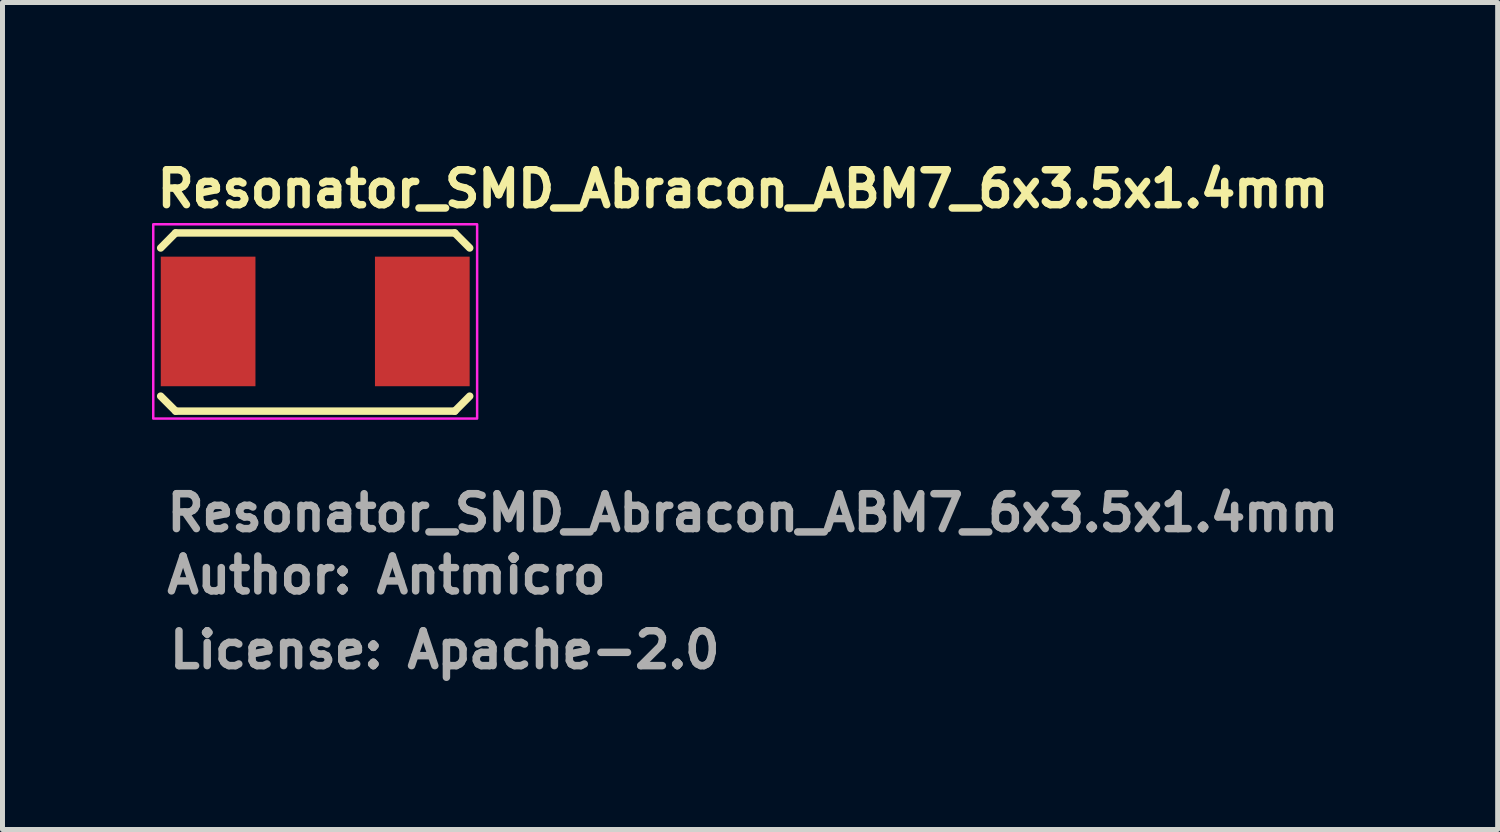
<source format=kicad_pcb>
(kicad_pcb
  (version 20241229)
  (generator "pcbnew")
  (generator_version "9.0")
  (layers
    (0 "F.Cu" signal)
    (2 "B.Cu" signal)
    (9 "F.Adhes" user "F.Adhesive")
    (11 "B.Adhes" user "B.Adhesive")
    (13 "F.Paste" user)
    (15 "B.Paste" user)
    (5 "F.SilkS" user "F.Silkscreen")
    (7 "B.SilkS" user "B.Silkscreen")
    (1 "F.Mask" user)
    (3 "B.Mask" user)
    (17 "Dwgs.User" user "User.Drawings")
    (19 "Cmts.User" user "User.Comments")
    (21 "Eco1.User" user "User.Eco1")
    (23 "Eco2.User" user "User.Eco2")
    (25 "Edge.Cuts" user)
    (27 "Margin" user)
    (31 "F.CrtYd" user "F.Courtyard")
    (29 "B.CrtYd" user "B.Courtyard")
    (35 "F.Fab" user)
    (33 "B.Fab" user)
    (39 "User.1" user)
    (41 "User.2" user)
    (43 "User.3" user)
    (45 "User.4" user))
  (footprint "Resonator_SMD_Abracon_ABM7_6x3.5x1.4mm"
    (layer "F.Cu")
    (at 3.276 3.4)
    (property "Reference" "Resonator_SMD_Abracon_ABM7_6x3.5x1.4mm" (at -3.25 -2.25 0) (layer "F.SilkS") (effects (font (size 0.7 0.7) (thickness 0.15)) (justify left bottom)))
    (attr smd)
    (fp_line (start -3.102 -1.474) (end -2.803 -1.776) (stroke (width 0.15) (type solid)) (layer "F.SilkS"))
    (fp_line (start -3.102 1.499) (end -2.801 1.8) (stroke (width 0.15) (type solid)) (layer "F.SilkS"))
    (fp_line (start -2.803 -1.776) (end 2.798 -1.776) (stroke (width 0.15) (type solid)) (layer "F.SilkS"))
    (fp_line (start 2.8 1.8) (end -2.801 1.8) (stroke (width 0.15) (type solid)) (layer "F.SilkS"))
    (fp_line (start 3.099 -1.474) (end 2.798 -1.776) (stroke (width 0.15) (type solid)) (layer "F.SilkS"))
    (fp_line (start 3.099 1.499) (end 2.8 1.8) (stroke (width 0.15) (type solid)) (layer "F.SilkS"))
    (fp_rect (start -3.251 -1.95) (end 3.248 1.949) (stroke (width 0.05) (type solid)) (fill no) (layer "F.CrtYd"))
    (fp_rect (start -3.051 -1.75) (end 3.048 1.749) (stroke (width 0.1) (type solid)) (fill no) (layer "User.5"))
    (fp_line (start -3.051 -1.5) (end -2.801 -1.75) (stroke (width 0.02) (type solid)) (layer "User.9"))
    (fp_line (start -3.051 -0.402) (end -3.051 -1.5) (stroke (width 0.02) (type solid)) (layer "User.9"))
    (fp_line (start -3.051 0.4) (end -2.75 0.4) (stroke (width 0.02) (type solid)) (layer "User.9"))
    (fp_line (start -3.051 1.499) (end -3.051 0.4) (stroke (width 0.02) (type solid)) (layer "User.9"))
    (fp_line (start -3 -0.332) (end -3 -0.402) (stroke (width 0.02) (type solid)) (layer "User.9"))
    (fp_line (start -3 0.33) (end -3 0.4) (stroke (width 0.02) (type solid)) (layer "User.9"))
    (fp_line (start -2.9 -0.332) (end -3 -0.332) (stroke (width 0.02) (type solid)) (layer "User.9"))
    (fp_line (start -2.9 0.33) (end -3 0.33) (stroke (width 0.02) (type solid)) (layer "User.9"))
    (fp_line (start -2.9 0.33) (end -2.896 0.329) (stroke (width 0.02) (type solid)) (layer "User.9"))
    (fp_line (start -2.896 -0.331) (end -2.9 -0.332) (stroke (width 0.02) (type solid)) (layer "User.9"))
    (fp_line (start -2.896 0.329) (end -2.891 0.329) (stroke (width 0.02) (type solid)) (layer "User.9"))
    (fp_line (start -2.891 -0.331) (end -2.896 -0.331) (stroke (width 0.02) (type solid)) (layer "User.9"))
    (fp_line (start -2.891 0.329) (end -2.887 0.328) (stroke (width 0.02) (type solid)) (layer "User.9"))
    (fp_line (start -2.887 -0.33) (end -2.891 -0.331) (stroke (width 0.02) (type solid)) (layer "User.9"))
    (fp_line (start -2.887 0.328) (end -2.882 0.328) (stroke (width 0.02) (type solid)) (layer "User.9"))
    (fp_line (start -2.882 -0.33) (end -2.887 -0.33) (stroke (width 0.02) (type solid)) (layer "User.9"))
    (fp_line (start -2.882 0.328) (end -2.876 0.326) (stroke (width 0.02) (type solid)) (layer "User.9"))
    (fp_line (start -2.876 -0.328) (end -2.882 -0.33) (stroke (width 0.02) (type solid)) (layer "User.9"))
    (fp_line (start -2.876 0.326) (end -2.871 0.325) (stroke (width 0.02) (type solid)) (layer "User.9"))
    (fp_line (start -2.871 -0.327) (end -2.876 -0.328) (stroke (width 0.02) (type solid)) (layer "User.9"))
    (fp_line (start -2.871 0.325) (end -2.867 0.324) (stroke (width 0.02) (type solid)) (layer "User.9"))
    (fp_line (start -2.867 -0.326) (end -2.871 -0.327) (stroke (width 0.02) (type solid)) (layer "User.9"))
    (fp_line (start -2.867 0.324) (end -2.863 0.322) (stroke (width 0.02) (type solid)) (layer "User.9"))
    (fp_line (start -2.863 -0.324) (end -2.867 -0.326) (stroke (width 0.02) (type solid)) (layer "User.9"))
    (fp_line (start -2.863 0.322) (end -2.859 0.32) (stroke (width 0.02) (type solid)) (layer "User.9"))
    (fp_line (start -2.859 -0.322) (end -2.863 -0.324) (stroke (width 0.02) (type solid)) (layer "User.9"))
    (fp_line (start -2.859 0.32) (end -2.854 0.317) (stroke (width 0.02) (type solid)) (layer "User.9"))
    (fp_line (start -2.854 -0.319) (end -2.859 -0.322) (stroke (width 0.02) (type solid)) (layer "User.9"))
    (fp_line (start -2.854 0.317) (end -2.85 0.314) (stroke (width 0.02) (type solid)) (layer "User.9"))
    (fp_line (start -2.85 -0.316) (end -2.854 -0.319) (stroke (width 0.02) (type solid)) (layer "User.9"))
    (fp_line (start -2.85 0.314) (end -2.846 0.312) (stroke (width 0.02) (type solid)) (layer "User.9"))
    (fp_line (start -2.846 -0.314) (end -2.85 -0.316) (stroke (width 0.02) (type solid)) (layer "User.9"))
    (fp_line (start -2.846 0.312) (end -2.842 0.309) (stroke (width 0.02) (type solid)) (layer "User.9"))
    (fp_line (start -2.842 -0.311) (end -2.846 -0.314) (stroke (width 0.02) (type solid)) (layer "User.9"))
    (fp_line (start -2.842 0.309) (end -2.838 0.306) (stroke (width 0.02) (type solid)) (layer "User.9"))
    (fp_line (start -2.838 -0.308) (end -2.842 -0.311) (stroke (width 0.02) (type solid)) (layer "User.9"))
    (fp_line (start -2.838 0.306) (end -2.834 0.303) (stroke (width 0.02) (type solid)) (layer "User.9"))
    (fp_line (start -2.834 -0.305) (end -2.838 -0.308) (stroke (width 0.02) (type solid)) (layer "User.9"))
    (fp_line (start -2.834 0.303) (end -2.831 0.299) (stroke (width 0.02) (type solid)) (layer "User.9"))
    (fp_line (start -2.831 -0.301) (end -2.834 -0.305) (stroke (width 0.02) (type solid)) (layer "User.9"))
    (fp_line (start -2.831 -0.301) (end -2.831 -0.301) (stroke (width 0.02) (type solid)) (layer "User.9"))
    (fp_line (start -2.831 0.299) (end -2.831 0.299) (stroke (width 0.02) (type solid)) (layer "User.9"))
    (fp_line (start -2.831 0.299) (end -2.827 0.296) (stroke (width 0.02) (type solid)) (layer "User.9"))
    (fp_line (start -2.827 -0.298) (end -2.831 -0.301) (stroke (width 0.02) (type solid)) (layer "User.9"))
    (fp_line (start -2.827 0.296) (end -2.823 0.292) (stroke (width 0.02) (type solid)) (layer "User.9"))
    (fp_line (start -2.823 -0.294) (end -2.827 -0.298) (stroke (width 0.02) (type solid)) (layer "User.9"))
    (fp_line (start -2.823 0.292) (end -2.82 0.288) (stroke (width 0.02) (type solid)) (layer "User.9"))
    (fp_line (start -2.82 -0.29) (end -2.823 -0.294) (stroke (width 0.02) (type solid)) (layer "User.9"))
    (fp_line (start -2.82 0.288) (end -2.818 0.285) (stroke (width 0.02) (type solid)) (layer "User.9"))
    (fp_line (start -2.818 -0.287) (end -2.82 -0.29) (stroke (width 0.02) (type solid)) (layer "User.9"))
    (fp_line (start -2.818 0.285) (end -2.815 0.281) (stroke (width 0.02) (type solid)) (layer "User.9"))
    (fp_line (start -2.815 -0.283) (end -2.818 -0.287) (stroke (width 0.02) (type solid)) (layer "User.9"))
    (fp_line (start -2.815 0.281) (end -2.813 0.277) (stroke (width 0.02) (type solid)) (layer "User.9"))
    (fp_line (start -2.813 -0.279) (end -2.815 -0.283) (stroke (width 0.02) (type solid)) (layer "User.9"))
    (fp_line (start -2.813 0.277) (end -2.81 0.272) (stroke (width 0.02) (type solid)) (layer "User.9"))
    (fp_line (start -2.81 -0.274) (end -2.813 -0.279) (stroke (width 0.02) (type solid)) (layer "User.9"))
    (fp_line (start -2.81 0.272) (end -2.809 0.268) (stroke (width 0.02) (type solid)) (layer "User.9"))
    (fp_line (start -2.809 -0.27) (end -2.81 -0.274) (stroke (width 0.02) (type solid)) (layer "User.9"))
    (fp_line (start -2.809 0.268) (end -2.806 0.263) (stroke (width 0.02) (type solid)) (layer "User.9"))
    (fp_line (start -2.806 -0.265) (end -2.809 -0.27) (stroke (width 0.02) (type solid)) (layer "User.9"))
    (fp_line (start -2.806 -0.261) (end -2.806 -0.265) (stroke (width 0.02) (type solid)) (layer "User.9"))
    (fp_line (start -2.806 0.259) (end -2.805 0.253) (stroke (width 0.02) (type solid)) (layer "User.9"))
    (fp_line (start -2.806 0.263) (end -2.806 0.259) (stroke (width 0.02) (type solid)) (layer "User.9"))
    (fp_line (start -2.805 -0.255) (end -2.806 -0.261) (stroke (width 0.02) (type solid)) (layer "User.9"))
    (fp_line (start -2.805 0.253) (end -2.802 0.248) (stroke (width 0.02) (type solid)) (layer "User.9"))
    (fp_line (start -2.802 -0.25) (end -2.805 -0.255) (stroke (width 0.02) (type solid)) (layer "User.9"))
    (fp_line (start -2.802 -0.245) (end -2.802 -0.25) (stroke (width 0.02) (type solid)) (layer "User.9"))
    (fp_line (start -2.802 -0.24) (end -2.802 -0.245) (stroke (width 0.02) (type solid)) (layer "User.9"))
    (fp_line (start -2.802 -0.236) (end -2.802 -0.24) (stroke (width 0.02) (type solid)) (layer "User.9"))
    (fp_line (start -2.802 0.234) (end -2.801 0.23) (stroke (width 0.02) (type solid)) (layer "User.9"))
    (fp_line (start -2.802 0.239) (end -2.802 0.234) (stroke (width 0.02) (type solid)) (layer "User.9"))
    (fp_line (start -2.802 0.243) (end -2.802 0.239) (stroke (width 0.02) (type solid)) (layer "User.9"))
    (fp_line (start -2.802 0.248) (end -2.802 0.243) (stroke (width 0.02) (type solid)) (layer "User.9"))
    (fp_line (start -2.801 -1.75) (end 2.798 -1.75) (stroke (width 0.02) (type solid)) (layer "User.9"))
    (fp_line (start -2.801 -0.232) (end -2.802 -0.236) (stroke (width 0.02) (type solid)) (layer "User.9"))
    (fp_line (start -2.801 0.23) (end -2.801 -0.232) (stroke (width 0.02) (type solid)) (layer "User.9"))
    (fp_line (start -2.801 1.749) (end -3.051 1.499) (stroke (width 0.02) (type solid)) (layer "User.9"))
    (fp_line (start -2.75 -0.402) (end -3.051 -0.402) (stroke (width 0.02) (type solid)) (layer "User.9"))
    (fp_line (start -2.75 0.4) (end -2.75 -0.402) (stroke (width 0.02) (type solid)) (layer "User.9"))
    (fp_line (start -2.702 -1.25) (end -2.701 -1.264) (stroke (width 0.02) (type solid)) (layer "User.9"))
    (fp_line (start -2.702 1.249) (end -2.702 -1.25) (stroke (width 0.02) (type solid)) (layer "User.9"))
    (fp_line (start -2.701 -1.264) (end -2.699 -1.276) (stroke (width 0.02) (type solid)) (layer "User.9"))
    (fp_line (start -2.701 1.261) (end -2.702 1.249) (stroke (width 0.02) (type solid)) (layer "User.9"))
    (fp_line (start -2.699 -1.276) (end -2.698 -1.287) (stroke (width 0.02) (type solid)) (layer "User.9"))
    (fp_line (start -2.699 1.273) (end -2.701 1.261) (stroke (width 0.02) (type solid)) (layer "User.9"))
    (fp_line (start -2.698 -1.287) (end -2.697 -1.299) (stroke (width 0.02) (type solid)) (layer "User.9"))
    (fp_line (start -2.698 1.286) (end -2.699 1.273) (stroke (width 0.02) (type solid)) (layer "User.9"))
    (fp_line (start -2.697 -1.299) (end -2.694 -1.311) (stroke (width 0.02) (type solid)) (layer "User.9"))
    (fp_line (start -2.697 1.298) (end -2.698 1.286) (stroke (width 0.02) (type solid)) (layer "User.9"))
    (fp_line (start -2.694 -1.311) (end -2.69 -1.323) (stroke (width 0.02) (type solid)) (layer "User.9"))
    (fp_line (start -2.694 1.31) (end -2.697 1.298) (stroke (width 0.02) (type solid)) (layer "User.9"))
    (fp_line (start -2.69 -1.323) (end -2.686 -1.335) (stroke (width 0.02) (type solid)) (layer "User.9"))
    (fp_line (start -2.69 1.322) (end -2.694 1.31) (stroke (width 0.02) (type solid)) (layer "User.9"))
    (fp_line (start -2.686 -1.335) (end -2.681 -1.347) (stroke (width 0.02) (type solid)) (layer "User.9"))
    (fp_line (start -2.686 1.334) (end -2.69 1.322) (stroke (width 0.02) (type solid)) (layer "User.9"))
    (fp_line (start -2.681 -1.347) (end -2.677 -1.357) (stroke (width 0.02) (type solid)) (layer "User.9"))
    (fp_line (start -2.681 1.344) (end -2.686 1.334) (stroke (width 0.02) (type solid)) (layer "User.9"))
    (fp_line (start -2.677 -1.357) (end -2.672 -1.369) (stroke (width 0.02) (type solid)) (layer "User.9"))
    (fp_line (start -2.677 1.356) (end -2.681 1.344) (stroke (width 0.02) (type solid)) (layer "User.9"))
    (fp_line (start -2.672 -1.369) (end -2.665 -1.379) (stroke (width 0.02) (type solid)) (layer "User.9"))
    (fp_line (start -2.672 1.366) (end -2.677 1.356) (stroke (width 0.02) (type solid)) (layer "User.9"))
    (fp_line (start -2.665 -1.379) (end -2.658 -1.389) (stroke (width 0.02) (type solid)) (layer "User.9"))
    (fp_line (start -2.665 1.378) (end -2.672 1.366) (stroke (width 0.02) (type solid)) (layer "User.9"))
    (fp_line (start -2.658 -1.389) (end -2.652 -1.399) (stroke (width 0.02) (type solid)) (layer "User.9"))
    (fp_line (start -2.658 1.388) (end -2.665 1.378) (stroke (width 0.02) (type solid)) (layer "User.9"))
    (fp_line (start -2.652 -1.399) (end -2.645 -1.41) (stroke (width 0.02) (type solid)) (layer "User.9"))
    (fp_line (start -2.652 1.398) (end -2.658 1.388) (stroke (width 0.02) (type solid)) (layer "User.9"))
    (fp_line (start -2.645 -1.41) (end -2.637 -1.418) (stroke (width 0.02) (type solid)) (layer "User.9"))
    (fp_line (start -2.645 1.407) (end -2.652 1.398) (stroke (width 0.02) (type solid)) (layer "User.9"))
    (fp_line (start -2.637 -1.418) (end -2.628 -1.428) (stroke (width 0.02) (type solid)) (layer "User.9"))
    (fp_line (start -2.637 1.417) (end -2.645 1.407) (stroke (width 0.02) (type solid)) (layer "User.9"))
    (fp_line (start -2.628 -1.428) (end -2.628 -1.428) (stroke (width 0.02) (type solid)) (layer "User.9"))
    (fp_line (start -2.628 -1.428) (end -2.618 -1.436) (stroke (width 0.02) (type solid)) (layer "User.9"))
    (fp_line (start -2.628 1.425) (end -2.637 1.417) (stroke (width 0.02) (type solid)) (layer "User.9"))
    (fp_line (start -2.628 1.425) (end -2.628 1.425) (stroke (width 0.02) (type solid)) (layer "User.9"))
    (fp_line (start -2.618 -1.436) (end -2.609 -1.444) (stroke (width 0.02) (type solid)) (layer "User.9"))
    (fp_line (start -2.618 1.435) (end -2.628 1.425) (stroke (width 0.02) (type solid)) (layer "User.9"))
    (fp_line (start -2.609 -1.444) (end -2.6 -1.452) (stroke (width 0.02) (type solid)) (layer "User.9"))
    (fp_line (start -2.609 1.443) (end -2.618 1.435) (stroke (width 0.02) (type solid)) (layer "User.9"))
    (fp_line (start -2.6 -1.452) (end -2.589 -1.458) (stroke (width 0.02) (type solid)) (layer "User.9"))
    (fp_line (start -2.6 1.449) (end -2.609 1.443) (stroke (width 0.02) (type solid)) (layer "User.9"))
    (fp_line (start -2.589 -1.458) (end -2.58 -1.466) (stroke (width 0.02) (type solid)) (layer "User.9"))
    (fp_line (start -2.589 1.457) (end -2.6 1.449) (stroke (width 0.02) (type solid)) (layer "User.9"))
    (fp_line (start -2.58 -1.466) (end -2.569 -1.472) (stroke (width 0.02) (type solid)) (layer "User.9"))
    (fp_line (start -2.58 1.463) (end -2.589 1.457) (stroke (width 0.02) (type solid)) (layer "User.9"))
    (fp_line (start -2.569 -1.472) (end -2.557 -1.478) (stroke (width 0.02) (type solid)) (layer "User.9"))
    (fp_line (start -2.569 1.469) (end -2.58 1.463) (stroke (width 0.02) (type solid)) (layer "User.9"))
    (fp_line (start -2.557 -1.478) (end -2.547 -1.482) (stroke (width 0.02) (type solid)) (layer "User.9"))
    (fp_line (start -2.557 1.475) (end -2.569 1.469) (stroke (width 0.02) (type solid)) (layer "User.9"))
    (fp_line (start -2.547 -1.482) (end -2.536 -1.486) (stroke (width 0.02) (type solid)) (layer "User.9"))
    (fp_line (start -2.547 1.479) (end -2.557 1.475) (stroke (width 0.02) (type solid)) (layer "User.9"))
    (fp_line (start -2.536 -1.486) (end -2.524 -1.49) (stroke (width 0.02) (type solid)) (layer "User.9"))
    (fp_line (start -2.536 1.485) (end -2.547 1.479) (stroke (width 0.02) (type solid)) (layer "User.9"))
    (fp_line (start -2.524 -1.49) (end -2.512 -1.494) (stroke (width 0.02) (type solid)) (layer "User.9"))
    (fp_line (start -2.524 1.489) (end -2.536 1.485) (stroke (width 0.02) (type solid)) (layer "User.9"))
    (fp_line (start -2.512 -1.494) (end -2.5 -1.496) (stroke (width 0.02) (type solid)) (layer "User.9"))
    (fp_line (start -2.512 1.491) (end -2.524 1.489) (stroke (width 0.02) (type solid)) (layer "User.9"))
    (fp_line (start -2.5 -1.496) (end -2.488 -1.498) (stroke (width 0.02) (type solid)) (layer "User.9"))
    (fp_line (start -2.5 1.495) (end -2.512 1.491) (stroke (width 0.02) (type solid)) (layer "User.9"))
    (fp_line (start -2.488 -1.498) (end -2.476 -1.5) (stroke (width 0.02) (type solid)) (layer "User.9"))
    (fp_line (start -2.488 1.497) (end -2.5 1.495) (stroke (width 0.02) (type solid)) (layer "User.9"))
    (fp_line (start -2.476 -1.5) (end -2.464 -1.5) (stroke (width 0.02) (type solid)) (layer "User.9"))
    (fp_line (start -2.476 1.497) (end -2.488 1.497) (stroke (width 0.02) (type solid)) (layer "User.9"))
    (fp_line (start -2.464 -1.5) (end -2.452 -1.5) (stroke (width 0.02) (type solid)) (layer "User.9"))
    (fp_line (start -2.464 1.499) (end -2.476 1.497) (stroke (width 0.02) (type solid)) (layer "User.9"))
    (fp_line (start -2.452 -1.5) (end 2.45 -1.5) (stroke (width 0.02) (type solid)) (layer "User.9"))
    (fp_line (start -2.452 1.499) (end -2.464 1.499) (stroke (width 0.02) (type solid)) (layer "User.9"))
    (fp_line (start 2.45 -1.5) (end 2.462 -1.5) (stroke (width 0.02) (type solid)) (layer "User.9"))
    (fp_line (start 2.45 1.499) (end -2.452 1.499) (stroke (width 0.02) (type solid)) (layer "User.9"))
    (fp_line (start 2.462 -1.5) (end 2.474 -1.5) (stroke (width 0.02) (type solid)) (layer "User.9"))
    (fp_line (start 2.462 1.499) (end 2.45 1.499) (stroke (width 0.02) (type solid)) (layer "User.9"))
    (fp_line (start 2.474 -1.5) (end 2.486 -1.498) (stroke (width 0.02) (type solid)) (layer "User.9"))
    (fp_line (start 2.474 1.497) (end 2.462 1.499) (stroke (width 0.02) (type solid)) (layer "User.9"))
    (fp_line (start 2.486 -1.498) (end 2.499 -1.496) (stroke (width 0.02) (type solid)) (layer "User.9"))
    (fp_line (start 2.486 1.497) (end 2.474 1.497) (stroke (width 0.02) (type solid)) (layer "User.9"))
    (fp_line (start 2.499 -1.496) (end 2.51 -1.494) (stroke (width 0.02) (type solid)) (layer "User.9"))
    (fp_line (start 2.499 1.495) (end 2.486 1.497) (stroke (width 0.02) (type solid)) (layer "User.9"))
    (fp_line (start 2.51 -1.494) (end 2.522 -1.49) (stroke (width 0.02) (type solid)) (layer "User.9"))
    (fp_line (start 2.51 1.491) (end 2.499 1.495) (stroke (width 0.02) (type solid)) (layer "User.9"))
    (fp_line (start 2.522 -1.49) (end 2.534 -1.486) (stroke (width 0.02) (type solid)) (layer "User.9"))
    (fp_line (start 2.522 1.489) (end 2.51 1.491) (stroke (width 0.02) (type solid)) (layer "User.9"))
    (fp_line (start 2.534 -1.486) (end 2.544 -1.482) (stroke (width 0.02) (type solid)) (layer "User.9"))
    (fp_line (start 2.534 1.485) (end 2.522 1.489) (stroke (width 0.02) (type solid)) (layer "User.9"))
    (fp_line (start 2.544 -1.482) (end 2.555 -1.478) (stroke (width 0.02) (type solid)) (layer "User.9"))
    (fp_line (start 2.544 1.479) (end 2.534 1.485) (stroke (width 0.02) (type solid)) (layer "User.9"))
    (fp_line (start 2.555 -1.478) (end 2.567 -1.472) (stroke (width 0.02) (type solid)) (layer "User.9"))
    (fp_line (start 2.555 1.475) (end 2.544 1.479) (stroke (width 0.02) (type solid)) (layer "User.9"))
    (fp_line (start 2.567 -1.472) (end 2.577 -1.466) (stroke (width 0.02) (type solid)) (layer "User.9"))
    (fp_line (start 2.567 1.469) (end 2.555 1.475) (stroke (width 0.02) (type solid)) (layer "User.9"))
    (fp_line (start 2.577 -1.466) (end 2.588 -1.458) (stroke (width 0.02) (type solid)) (layer "User.9"))
    (fp_line (start 2.577 1.463) (end 2.567 1.469) (stroke (width 0.02) (type solid)) (layer "User.9"))
    (fp_line (start 2.588 -1.458) (end 2.597 -1.452) (stroke (width 0.02) (type solid)) (layer "User.9"))
    (fp_line (start 2.588 1.457) (end 2.577 1.463) (stroke (width 0.02) (type solid)) (layer "User.9"))
    (fp_line (start 2.597 -1.452) (end 2.608 -1.444) (stroke (width 0.02) (type solid)) (layer "User.9"))
    (fp_line (start 2.597 1.449) (end 2.588 1.457) (stroke (width 0.02) (type solid)) (layer "User.9"))
    (fp_line (start 2.608 -1.444) (end 2.616 -1.436) (stroke (width 0.02) (type solid)) (layer "User.9"))
    (fp_line (start 2.608 1.443) (end 2.597 1.449) (stroke (width 0.02) (type solid)) (layer "User.9"))
    (fp_line (start 2.616 -1.436) (end 2.625 -1.428) (stroke (width 0.02) (type solid)) (layer "User.9"))
    (fp_line (start 2.616 1.435) (end 2.608 1.443) (stroke (width 0.02) (type solid)) (layer "User.9"))
    (fp_line (start 2.625 -1.428) (end 2.625 -1.428) (stroke (width 0.02) (type solid)) (layer "User.9"))
    (fp_line (start 2.625 -1.428) (end 2.635 -1.418) (stroke (width 0.02) (type solid)) (layer "User.9"))
    (fp_line (start 2.625 1.425) (end 2.616 1.435) (stroke (width 0.02) (type solid)) (layer "User.9"))
    (fp_line (start 2.625 1.425) (end 2.625 1.425) (stroke (width 0.02) (type solid)) (layer "User.9"))
    (fp_line (start 2.635 -1.418) (end 2.643 -1.41) (stroke (width 0.02) (type solid)) (layer "User.9"))
    (fp_line (start 2.635 1.417) (end 2.625 1.425) (stroke (width 0.02) (type solid)) (layer "User.9"))
    (fp_line (start 2.643 -1.41) (end 2.649 -1.399) (stroke (width 0.02) (type solid)) (layer "User.9"))
    (fp_line (start 2.643 1.407) (end 2.635 1.417) (stroke (width 0.02) (type solid)) (layer "User.9"))
    (fp_line (start 2.649 -1.399) (end 2.656 -1.389) (stroke (width 0.02) (type solid)) (layer "User.9"))
    (fp_line (start 2.649 1.398) (end 2.643 1.407) (stroke (width 0.02) (type solid)) (layer "User.9"))
    (fp_line (start 2.656 -1.389) (end 2.664 -1.379) (stroke (width 0.02) (type solid)) (layer "User.9"))
    (fp_line (start 2.656 1.388) (end 2.649 1.398) (stroke (width 0.02) (type solid)) (layer "User.9"))
    (fp_line (start 2.664 -1.379) (end 2.669 -1.369) (stroke (width 0.02) (type solid)) (layer "User.9"))
    (fp_line (start 2.664 1.378) (end 2.656 1.388) (stroke (width 0.02) (type solid)) (layer "User.9"))
    (fp_line (start 2.669 -1.369) (end 2.676 -1.357) (stroke (width 0.02) (type solid)) (layer "User.9"))
    (fp_line (start 2.669 1.366) (end 2.664 1.378) (stroke (width 0.02) (type solid)) (layer "User.9"))
    (fp_line (start 2.676 -1.357) (end 2.68 -1.347) (stroke (width 0.02) (type solid)) (layer "User.9"))
    (fp_line (start 2.676 1.356) (end 2.669 1.366) (stroke (width 0.02) (type solid)) (layer "User.9"))
    (fp_line (start 2.68 -1.347) (end 2.684 -1.335) (stroke (width 0.02) (type solid)) (layer "User.9"))
    (fp_line (start 2.68 1.344) (end 2.676 1.356) (stroke (width 0.02) (type solid)) (layer "User.9"))
    (fp_line (start 2.684 -1.335) (end 2.689 -1.323) (stroke (width 0.02) (type solid)) (layer "User.9"))
    (fp_line (start 2.684 1.334) (end 2.68 1.344) (stroke (width 0.02) (type solid)) (layer "User.9"))
    (fp_line (start 2.689 -1.323) (end 2.692 -1.311) (stroke (width 0.02) (type solid)) (layer "User.9"))
    (fp_line (start 2.689 1.322) (end 2.684 1.334) (stroke (width 0.02) (type solid)) (layer "User.9"))
    (fp_line (start 2.692 -1.311) (end 2.694 -1.299) (stroke (width 0.02) (type solid)) (layer "User.9"))
    (fp_line (start 2.692 1.31) (end 2.689 1.322) (stroke (width 0.02) (type solid)) (layer "User.9"))
    (fp_line (start 2.694 -1.299) (end 2.697 -1.287) (stroke (width 0.02) (type solid)) (layer "User.9"))
    (fp_line (start 2.694 1.298) (end 2.692 1.31) (stroke (width 0.02) (type solid)) (layer "User.9"))
    (fp_line (start 2.697 -1.287) (end 2.697 -1.276) (stroke (width 0.02) (type solid)) (layer "User.9"))
    (fp_line (start 2.697 -1.276) (end 2.698 -1.264) (stroke (width 0.02) (type solid)) (layer "User.9"))
    (fp_line (start 2.697 1.273) (end 2.697 1.286) (stroke (width 0.02) (type solid)) (layer "User.9"))
    (fp_line (start 2.697 1.286) (end 2.694 1.298) (stroke (width 0.02) (type solid)) (layer "User.9"))
    (fp_line (start 2.698 -1.264) (end 2.7 -1.25) (stroke (width 0.02) (type solid)) (layer "User.9"))
    (fp_line (start 2.698 1.261) (end 2.697 1.273) (stroke (width 0.02) (type solid)) (layer "User.9"))
    (fp_line (start 2.7 -1.25) (end 2.7 1.249) (stroke (width 0.02) (type solid)) (layer "User.9"))
    (fp_line (start 2.7 1.249) (end 2.698 1.261) (stroke (width 0.02) (type solid)) (layer "User.9"))
    (fp_line (start 2.749 -0.402) (end 3.048 -0.402) (stroke (width 0.02) (type solid)) (layer "User.9"))
    (fp_line (start 2.749 0.4) (end 2.749 -0.402) (stroke (width 0.02) (type solid)) (layer "User.9"))
    (fp_line (start 2.798 -0.232) (end 2.8 -0.236) (stroke (width 0.02) (type solid)) (layer "User.9"))
    (fp_line (start 2.798 0.23) (end 2.798 -0.232) (stroke (width 0.02) (type solid)) (layer "User.9"))
    (fp_line (start 2.798 1.749) (end -2.801 1.749) (stroke (width 0.02) (type solid)) (layer "User.9"))
    (fp_line (start 2.8 -0.24) (end 2.801 -0.245) (stroke (width 0.02) (type solid)) (layer "User.9"))
    (fp_line (start 2.8 -0.236) (end 2.8 -0.24) (stroke (width 0.02) (type solid)) (layer "User.9"))
    (fp_line (start 2.8 0.234) (end 2.798 0.23) (stroke (width 0.02) (type solid)) (layer "User.9"))
    (fp_line (start 2.8 0.239) (end 2.8 0.234) (stroke (width 0.02) (type solid)) (layer "User.9"))
    (fp_line (start 2.801 -0.25) (end 2.802 -0.255) (stroke (width 0.02) (type solid)) (layer "User.9"))
    (fp_line (start 2.801 -0.245) (end 2.801 -0.25) (stroke (width 0.02) (type solid)) (layer "User.9"))
    (fp_line (start 2.801 0.243) (end 2.8 0.239) (stroke (width 0.02) (type solid)) (layer "User.9"))
    (fp_line (start 2.801 0.248) (end 2.801 0.243) (stroke (width 0.02) (type solid)) (layer "User.9"))
    (fp_line (start 2.802 -0.255) (end 2.804 -0.261) (stroke (width 0.02) (type solid)) (layer "User.9"))
    (fp_line (start 2.802 0.253) (end 2.801 0.248) (stroke (width 0.02) (type solid)) (layer "User.9"))
    (fp_line (start 2.804 -0.261) (end 2.805 -0.265) (stroke (width 0.02) (type solid)) (layer "User.9"))
    (fp_line (start 2.804 0.259) (end 2.802 0.253) (stroke (width 0.02) (type solid)) (layer "User.9"))
    (fp_line (start 2.805 -0.265) (end 2.806 -0.27) (stroke (width 0.02) (type solid)) (layer "User.9"))
    (fp_line (start 2.805 0.263) (end 2.804 0.259) (stroke (width 0.02) (type solid)) (layer "User.9"))
    (fp_line (start 2.806 -0.27) (end 2.809 -0.274) (stroke (width 0.02) (type solid)) (layer "User.9"))
    (fp_line (start 2.806 0.268) (end 2.805 0.263) (stroke (width 0.02) (type solid)) (layer "User.9"))
    (fp_line (start 2.809 -0.274) (end 2.81 -0.279) (stroke (width 0.02) (type solid)) (layer "User.9"))
    (fp_line (start 2.809 0.272) (end 2.806 0.268) (stroke (width 0.02) (type solid)) (layer "User.9"))
    (fp_line (start 2.81 -0.279) (end 2.813 -0.283) (stroke (width 0.02) (type solid)) (layer "User.9"))
    (fp_line (start 2.81 0.277) (end 2.809 0.272) (stroke (width 0.02) (type solid)) (layer "User.9"))
    (fp_line (start 2.813 -0.283) (end 2.815 -0.287) (stroke (width 0.02) (type solid)) (layer "User.9"))
    (fp_line (start 2.813 0.281) (end 2.81 0.277) (stroke (width 0.02) (type solid)) (layer "User.9"))
    (fp_line (start 2.815 -0.287) (end 2.818 -0.29) (stroke (width 0.02) (type solid)) (layer "User.9"))
    (fp_line (start 2.815 0.285) (end 2.813 0.281) (stroke (width 0.02) (type solid)) (layer "User.9"))
    (fp_line (start 2.818 -0.29) (end 2.822 -0.294) (stroke (width 0.02) (type solid)) (layer "User.9"))
    (fp_line (start 2.818 0.288) (end 2.815 0.285) (stroke (width 0.02) (type solid)) (layer "User.9"))
    (fp_line (start 2.822 -0.294) (end 2.825 -0.298) (stroke (width 0.02) (type solid)) (layer "User.9"))
    (fp_line (start 2.822 0.292) (end 2.818 0.288) (stroke (width 0.02) (type solid)) (layer "User.9"))
    (fp_line (start 2.825 -0.298) (end 2.829 -0.301) (stroke (width 0.02) (type solid)) (layer "User.9"))
    (fp_line (start 2.825 0.296) (end 2.822 0.292) (stroke (width 0.02) (type solid)) (layer "User.9"))
    (fp_line (start 2.829 -0.301) (end 2.829 -0.301) (stroke (width 0.02) (type solid)) (layer "User.9"))
    (fp_line (start 2.829 -0.301) (end 2.831 -0.305) (stroke (width 0.02) (type solid)) (layer "User.9"))
    (fp_line (start 2.829 0.299) (end 2.825 0.296) (stroke (width 0.02) (type solid)) (layer "User.9"))
    (fp_line (start 2.829 0.299) (end 2.829 0.299) (stroke (width 0.02) (type solid)) (layer "User.9"))
    (fp_line (start 2.831 -0.305) (end 2.835 -0.308) (stroke (width 0.02) (type solid)) (layer "User.9"))
    (fp_line (start 2.831 0.303) (end 2.829 0.299) (stroke (width 0.02) (type solid)) (layer "User.9"))
    (fp_line (start 2.835 -0.308) (end 2.839 -0.311) (stroke (width 0.02) (type solid)) (layer "User.9"))
    (fp_line (start 2.835 0.306) (end 2.831 0.303) (stroke (width 0.02) (type solid)) (layer "User.9"))
    (fp_line (start 2.839 -0.311) (end 2.843 -0.314) (stroke (width 0.02) (type solid)) (layer "User.9"))
    (fp_line (start 2.839 0.309) (end 2.835 0.306) (stroke (width 0.02) (type solid)) (layer "User.9"))
    (fp_line (start 2.843 -0.314) (end 2.847 -0.316) (stroke (width 0.02) (type solid)) (layer "User.9"))
    (fp_line (start 2.843 0.312) (end 2.839 0.309) (stroke (width 0.02) (type solid)) (layer "User.9"))
    (fp_line (start 2.847 -0.316) (end 2.851 -0.319) (stroke (width 0.02) (type solid)) (layer "User.9"))
    (fp_line (start 2.847 0.314) (end 2.843 0.312) (stroke (width 0.02) (type solid)) (layer "User.9"))
    (fp_line (start 2.851 -0.319) (end 2.857 -0.322) (stroke (width 0.02) (type solid)) (layer "User.9"))
    (fp_line (start 2.851 0.317) (end 2.847 0.314) (stroke (width 0.02) (type solid)) (layer "User.9"))
    (fp_line (start 2.857 -0.322) (end 2.861 -0.324) (stroke (width 0.02) (type solid)) (layer "User.9"))
    (fp_line (start 2.857 0.32) (end 2.851 0.317) (stroke (width 0.02) (type solid)) (layer "User.9"))
    (fp_line (start 2.861 -0.324) (end 2.866 -0.326) (stroke (width 0.02) (type solid)) (layer "User.9"))
    (fp_line (start 2.861 0.322) (end 2.857 0.32) (stroke (width 0.02) (type solid)) (layer "User.9"))
    (fp_line (start 2.866 -0.326) (end 2.87 -0.327) (stroke (width 0.02) (type solid)) (layer "User.9"))
    (fp_line (start 2.866 0.324) (end 2.861 0.322) (stroke (width 0.02) (type solid)) (layer "User.9"))
    (fp_line (start 2.87 -0.327) (end 2.874 -0.328) (stroke (width 0.02) (type solid)) (layer "User.9"))
    (fp_line (start 2.87 0.325) (end 2.866 0.324) (stroke (width 0.02) (type solid)) (layer "User.9"))
    (fp_line (start 2.874 -0.328) (end 2.879 -0.33) (stroke (width 0.02) (type solid)) (layer "User.9"))
    (fp_line (start 2.874 0.326) (end 2.87 0.325) (stroke (width 0.02) (type solid)) (layer "User.9"))
    (fp_line (start 2.879 -0.33) (end 2.885 -0.33) (stroke (width 0.02) (type solid)) (layer "User.9"))
    (fp_line (start 2.879 0.328) (end 2.874 0.326) (stroke (width 0.02) (type solid)) (layer "User.9"))
    (fp_line (start 2.885 -0.33) (end 2.89 -0.331) (stroke (width 0.02) (type solid)) (layer "User.9"))
    (fp_line (start 2.885 0.328) (end 2.879 0.328) (stroke (width 0.02) (type solid)) (layer "User.9"))
    (fp_line (start 2.89 -0.331) (end 2.894 -0.331) (stroke (width 0.02) (type solid)) (layer "User.9"))
    (fp_line (start 2.89 0.329) (end 2.885 0.328) (stroke (width 0.02) (type solid)) (layer "User.9"))
    (fp_line (start 2.894 -0.331) (end 2.898 -0.332) (stroke (width 0.02) (type solid)) (layer "User.9"))
    (fp_line (start 2.894 0.329) (end 2.89 0.329) (stroke (width 0.02) (type solid)) (layer "User.9"))
    (fp_line (start 2.898 -0.332) (end 2.999 -0.332) (stroke (width 0.02) (type solid)) (layer "User.9"))
    (fp_line (start 2.898 0.33) (end 2.894 0.329) (stroke (width 0.02) (type solid)) (layer "User.9"))
    (fp_line (start 2.898 0.33) (end 2.999 0.33) (stroke (width 0.02) (type solid)) (layer "User.9"))
    (fp_line (start 2.999 -0.332) (end 2.999 -0.402) (stroke (width 0.02) (type solid)) (layer "User.9"))
    (fp_line (start 2.999 0.33) (end 2.999 0.4) (stroke (width 0.02) (type solid)) (layer "User.9"))
    (fp_line (start 3.048 -1.5) (end 2.798 -1.75) (stroke (width 0.02) (type solid)) (layer "User.9"))
    (fp_line (start 3.048 -0.402) (end 3.048 -1.5) (stroke (width 0.02) (type solid)) (layer "User.9"))
    (fp_line (start 3.048 0.4) (end 2.749 0.4) (stroke (width 0.02) (type solid)) (layer "User.9"))
    (fp_line (start 3.048 1.499) (end 2.798 1.749) (stroke (width 0.02) (type solid)) (layer "User.9"))
    (fp_line (start 3.048 1.499) (end 3.048 0.4) (stroke (width 0.02) (type solid)) (layer "User.9"))
    (fp_text user "License: Apache-2.0" (at -3 7 0) (layer "F.Fab") (effects (font (size 0.7 0.7) (thickness 0.15)) (justify left bottom)))
    (fp_text user "${REFERENCE}" (at -3.051 4.25 0) (layer "F.Fab") (effects (font (size 0.7 0.7) (thickness 0.15)) (justify left bottom)))
    (fp_text user "Author: Antmicro" (at -3.051 5.5 0) (layer "F.Fab") (effects (font (size 0.7 0.7) (thickness 0.15)) (justify left bottom)))
    (pad "1" smd rect (at -2.15 0) (size 1.9 2.6) (layers "F.Cu" "F.Mask" "F.Paste"))
    (pad "2" smd rect (at 2.148 0) (size 1.9 2.6) (layers "F.Cu" "F.Mask" "F.Paste")))
  (gr_rect
    (start -3 -3)
    (end 27.002 13.595)
    (stroke (width 0.1) (type default))
    (fill no)
    (layer "Edge.Cuts")))
</source>
